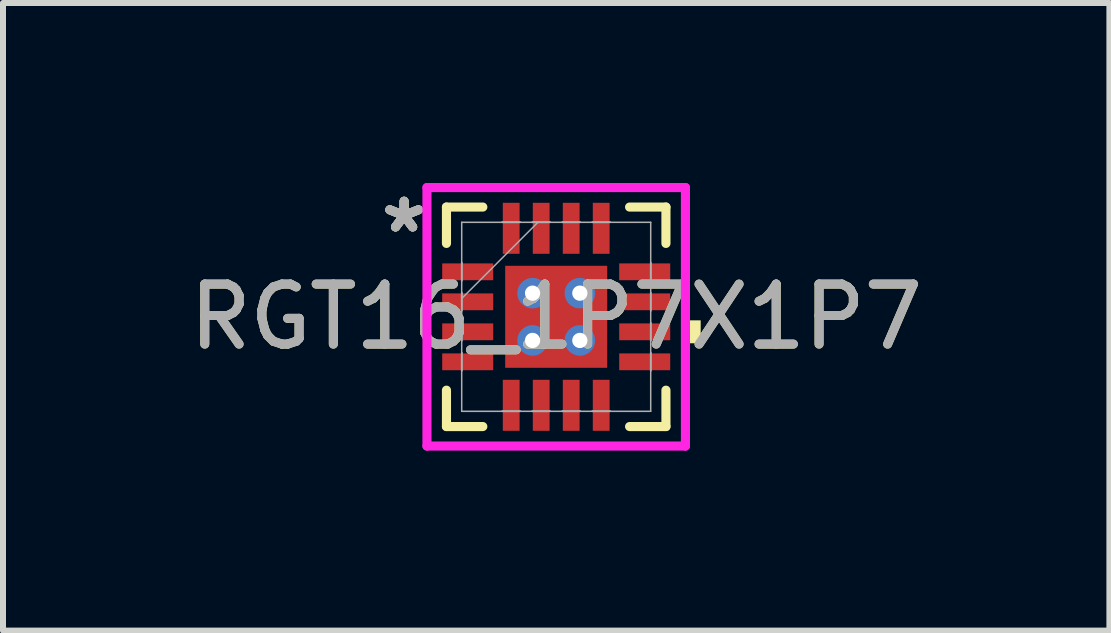
<source format=kicad_pcb>
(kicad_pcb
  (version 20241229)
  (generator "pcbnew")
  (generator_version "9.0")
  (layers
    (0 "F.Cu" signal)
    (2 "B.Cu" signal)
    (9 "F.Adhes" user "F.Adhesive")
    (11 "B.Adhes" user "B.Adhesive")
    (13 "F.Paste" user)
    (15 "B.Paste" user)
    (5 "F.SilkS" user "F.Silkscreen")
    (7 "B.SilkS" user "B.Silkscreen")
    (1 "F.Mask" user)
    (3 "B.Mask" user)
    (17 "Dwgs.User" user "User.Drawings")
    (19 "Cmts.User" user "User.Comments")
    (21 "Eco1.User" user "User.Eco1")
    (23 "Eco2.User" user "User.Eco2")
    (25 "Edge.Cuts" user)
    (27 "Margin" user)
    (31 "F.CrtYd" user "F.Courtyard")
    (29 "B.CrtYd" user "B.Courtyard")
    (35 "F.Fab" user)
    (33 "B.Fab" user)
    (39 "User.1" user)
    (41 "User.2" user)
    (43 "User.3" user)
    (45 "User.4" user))
  (footprint "RGT16_1P7X1P7"
    (layer "F.Cu")
    (at 6.22 2.23)
    (property "Reference" "RGT16_1P7X1P7" (at 0 0 0) (unlocked yes) (layer "F.SilkS") (effects (font (size 1 1) (thickness 0.15))))
    (attr smd)
    (fp_poly (pts (xy -1.97 -0.96) (xy -1.97 -0.54) (xy -0.98 -0.54) (xy -0.98 -0.96)) (stroke (width 0) (type solid)) (fill yes) (layer "F.Mask"))
    (fp_poly (pts (xy -1.97 -0.46) (xy -1.97 -0.04) (xy -0.98 -0.04) (xy -0.98 -0.46)) (stroke (width 0) (type solid)) (fill yes) (layer "F.Mask"))
    (fp_poly (pts (xy -1.97 0.04) (xy -1.97 0.46) (xy -0.98 0.46) (xy -0.98 0.04)) (stroke (width 0) (type solid)) (fill yes) (layer "F.Mask"))
    (fp_poly (pts (xy -1.97 0.54) (xy -1.97 0.96) (xy -0.98 0.96) (xy -0.98 0.54)) (stroke (width 0) (type solid)) (fill yes) (layer "F.Mask"))
    (fp_poly (pts (xy -0.96 -1.97) (xy -0.96 -0.98) (xy -0.541 -0.98) (xy -0.541 -1.97)) (stroke (width 0) (type solid)) (fill yes) (layer "F.Mask"))
    (fp_poly (pts (xy -0.96 0.98) (xy -0.96 1.97) (xy -0.541 1.97) (xy -0.541 0.98)) (stroke (width 0) (type solid)) (fill yes) (layer "F.Mask"))
    (fp_poly (pts (xy -0.913 -0.913) (xy -0.594 -0.913) (xy -0.594 0.913) (xy -0.913 0.913)) (stroke (width 0) (type solid)) (fill yes) (layer "F.Mask"))
    (fp_poly (pts (xy -0.913 -0.913) (xy 0.913 -0.913) (xy 0.913 -0.594) (xy -0.913 -0.594)) (stroke (width 0) (type solid)) (fill yes) (layer "F.Mask"))
    (fp_poly (pts (xy -0.913 -0.194) (xy 0.913 -0.194) (xy 0.913 0.194) (xy -0.913 0.194)) (stroke (width 0) (type solid)) (fill yes) (layer "F.Mask"))
    (fp_poly (pts (xy -0.913 0.594) (xy 0.913 0.594) (xy 0.913 0.913) (xy -0.913 0.913)) (stroke (width 0) (type solid)) (fill yes) (layer "F.Mask"))
    (fp_poly (pts (xy -0.46 -1.97) (xy -0.46 -0.98) (xy -0.04 -0.98) (xy -0.04 -1.97)) (stroke (width 0) (type solid)) (fill yes) (layer "F.Mask"))
    (fp_poly (pts (xy -0.46 0.98) (xy -0.46 1.97) (xy -0.04 1.97) (xy -0.04 0.98)) (stroke (width 0) (type solid)) (fill yes) (layer "F.Mask"))
    (fp_poly (pts (xy 0.04 -1.97) (xy 0.04 -0.98) (xy 0.46 -0.98) (xy 0.46 -1.97)) (stroke (width 0) (type solid)) (fill yes) (layer "F.Mask"))
    (fp_poly (pts (xy 0.04 0.98) (xy 0.04 1.97) (xy 0.46 1.97) (xy 0.46 0.98)) (stroke (width 0) (type solid)) (fill yes) (layer "F.Mask"))
    (fp_poly (pts (xy 0.194 -0.913) (xy -0.194 -0.913) (xy -0.194 0.913) (xy 0.194 0.913)) (stroke (width 0) (type solid)) (fill yes) (layer "F.Mask"))
    (fp_poly (pts (xy 0.541 -1.97) (xy 0.541 -0.98) (xy 0.96 -0.98) (xy 0.96 -1.97)) (stroke (width 0) (type solid)) (fill yes) (layer "F.Mask"))
    (fp_poly (pts (xy 0.541 0.98) (xy 0.541 1.97) (xy 0.96 1.97) (xy 0.96 0.98)) (stroke (width 0) (type solid)) (fill yes) (layer "F.Mask"))
    (fp_poly (pts (xy 0.594 -0.913) (xy 0.913 -0.913) (xy 0.913 0.913) (xy 0.594 0.913)) (stroke (width 0) (type solid)) (fill yes) (layer "F.Mask"))
    (fp_poly (pts (xy 0.98 -0.96) (xy 0.98 -0.54) (xy 1.97 -0.54) (xy 1.97 -0.96)) (stroke (width 0) (type solid)) (fill yes) (layer "F.Mask"))
    (fp_poly (pts (xy 0.98 -0.46) (xy 0.98 -0.04) (xy 1.97 -0.04) (xy 1.97 -0.46)) (stroke (width 0) (type solid)) (fill yes) (layer "F.Mask"))
    (fp_poly (pts (xy 0.98 0.04) (xy 0.98 0.46) (xy 1.97 0.46) (xy 1.97 0.04)) (stroke (width 0) (type solid)) (fill yes) (layer "F.Mask"))
    (fp_poly (pts (xy 0.98 0.54) (xy 0.98 0.96) (xy 1.97 0.96) (xy 1.97 0.54)) (stroke (width 0) (type solid)) (fill yes) (layer "F.Mask"))
    (fp_line (start -1.829 -1.829) (end -1.829 -1.223) (stroke (width 0.152) (type solid)) (layer "F.SilkS"))
    (fp_line (start -1.829 1.223) (end -1.829 1.829) (stroke (width 0.152) (type solid)) (layer "F.SilkS"))
    (fp_line (start -1.829 1.829) (end -1.223 1.829) (stroke (width 0.152) (type solid)) (layer "F.SilkS"))
    (fp_line (start -1.223 -1.829) (end -1.829 -1.829) (stroke (width 0.152) (type solid)) (layer "F.SilkS"))
    (fp_line (start 1.223 1.829) (end 1.829 1.829) (stroke (width 0.152) (type solid)) (layer "F.SilkS"))
    (fp_line (start 1.829 -1.829) (end 1.223 -1.829) (stroke (width 0.152) (type solid)) (layer "F.SilkS"))
    (fp_line (start 1.829 -1.223) (end 1.829 -1.829) (stroke (width 0.152) (type solid)) (layer "F.SilkS"))
    (fp_line (start 1.829 1.829) (end 1.829 1.223) (stroke (width 0.152) (type solid)) (layer "F.SilkS"))
    (fp_poly (pts (xy 2.408 0.059) (xy 2.408 0.441) (xy 2.154 0.441) (xy 2.154 0.059)) (stroke (width 0) (type solid)) (fill yes) (layer "F.SilkS"))
    (fp_poly (pts (xy -1.875 -0.865) (xy -1.875 -0.635) (xy -1.075 -0.635) (xy -1.075 -0.865)) (stroke (width 0) (type solid)) (fill yes) (layer "F.Paste"))
    (fp_poly (pts (xy -1.875 -0.365) (xy -1.875 -0.135) (xy -1.075 -0.135) (xy -1.075 -0.365)) (stroke (width 0) (type solid)) (fill yes) (layer "F.Paste"))
    (fp_poly (pts (xy -1.875 0.135) (xy -1.875 0.365) (xy -1.075 0.365) (xy -1.075 0.135)) (stroke (width 0) (type solid)) (fill yes) (layer "F.Paste"))
    (fp_poly (pts (xy -1.875 0.635) (xy -1.875 0.865) (xy -1.075 0.865) (xy -1.075 0.635)) (stroke (width 0) (type solid)) (fill yes) (layer "F.Paste"))
    (fp_poly (pts (xy -0.865 -1.875) (xy -0.865 -1.075) (xy -0.635 -1.075) (xy -0.635 -1.875)) (stroke (width 0) (type solid)) (fill yes) (layer "F.Paste"))
    (fp_poly (pts (xy -0.865 1.075) (xy -0.865 1.875) (xy -0.635 1.875) (xy -0.635 1.075)) (stroke (width 0) (type solid)) (fill yes) (layer "F.Paste"))
    (fp_poly (pts (xy -0.365 -1.875) (xy -0.365 -1.075) (xy -0.135 -1.075) (xy -0.135 -1.875)) (stroke (width 0) (type solid)) (fill yes) (layer "F.Paste"))
    (fp_poly (pts (xy -0.365 1.075) (xy -0.365 1.875) (xy -0.135 1.875) (xy -0.135 1.075)) (stroke (width 0) (type solid)) (fill yes) (layer "F.Paste"))
    (fp_poly (pts (xy 0.135 -1.875) (xy 0.135 -1.075) (xy 0.365 -1.075) (xy 0.365 -1.875)) (stroke (width 0) (type solid)) (fill yes) (layer "F.Paste"))
    (fp_poly (pts (xy 0.135 1.075) (xy 0.135 1.875) (xy 0.365 1.875) (xy 0.365 1.075)) (stroke (width 0) (type solid)) (fill yes) (layer "F.Paste"))
    (fp_poly (pts (xy 0.635 -1.875) (xy 0.635 -1.075) (xy 0.865 -1.075) (xy 0.865 -1.875)) (stroke (width 0) (type solid)) (fill yes) (layer "F.Paste"))
    (fp_poly (pts (xy 0.635 1.075) (xy 0.635 1.875) (xy 0.865 1.875) (xy 0.865 1.075)) (stroke (width 0) (type solid)) (fill yes) (layer "F.Paste"))
    (fp_poly (pts (xy 1.075 -0.865) (xy 1.075 -0.635) (xy 1.875 -0.635) (xy 1.875 -0.865)) (stroke (width 0) (type solid)) (fill yes) (layer "F.Paste"))
    (fp_poly (pts (xy 1.075 -0.365) (xy 1.075 -0.135) (xy 1.875 -0.135) (xy 1.875 -0.365)) (stroke (width 0) (type solid)) (fill yes) (layer "F.Paste"))
    (fp_poly (pts (xy 1.075 0.135) (xy 1.075 0.365) (xy 1.875 0.365) (xy 1.875 0.135)) (stroke (width 0) (type solid)) (fill yes) (layer "F.Paste"))
    (fp_poly (pts (xy 1.075 0.635) (xy 1.075 0.865) (xy 1.875 0.865) (xy 1.875 0.635)) (stroke (width 0) (type solid)) (fill yes) (layer "F.Paste"))
    (fp_poly (pts (xy -0.775 -0.775) (xy -0.775 -0.494) (xy -0.635 -0.494) (xy -0.494 -0.635) (xy -0.494 -0.775)) (stroke (width 0) (type solid)) (fill yes) (layer "F.Paste"))
    (fp_poly (pts (xy -0.775 0.494) (xy -0.775 0.775) (xy -0.494 0.775) (xy -0.494 0.635) (xy -0.635 0.494)) (stroke (width 0) (type solid)) (fill yes) (layer "F.Paste"))
    (fp_poly (pts (xy 0.494 -0.775) (xy 0.494 -0.635) (xy 0.635 -0.494) (xy 0.775 -0.494) (xy 0.775 -0.775)) (stroke (width 0) (type solid)) (fill yes) (layer "F.Paste"))
    (fp_poly (pts (xy 0.635 0.494) (xy 0.494 0.635) (xy 0.494 0.775) (xy 0.775 0.775) (xy 0.775 0.494)) (stroke (width 0) (type solid)) (fill yes) (layer "F.Paste"))
    (fp_poly (pts (xy -0.775 -0.294) (xy -0.775 0.294) (xy -0.635 0.294) (xy -0.494 0.152) (xy -0.494 -0.152) (xy -0.635 -0.294)) (stroke (width 0) (type solid)) (fill yes) (layer "F.Paste"))
    (fp_poly (pts (xy -0.294 -0.775) (xy -0.294 -0.635) (xy -0.152 -0.494) (xy 0.152 -0.494) (xy 0.294 -0.635) (xy 0.294 -0.775)) (stroke (width 0) (type solid)) (fill yes) (layer "F.Paste"))
    (fp_poly (pts (xy -0.152 0.494) (xy -0.294 0.635) (xy -0.294 0.775) (xy 0.294 0.775) (xy 0.294 0.635) (xy 0.152 0.494)) (stroke (width 0) (type solid)) (fill yes) (layer "F.Paste"))
    (fp_poly (pts (xy 0.635 -0.294) (xy 0.494 -0.152) (xy 0.494 0.152) (xy 0.635 0.294) (xy 0.775 0.294) (xy 0.775 -0.294)) (stroke (width 0) (type solid)) (fill yes) (layer "F.Paste"))
    (fp_poly (pts (xy -0.152 -0.294) (xy -0.294 -0.152) (xy -0.294 0.152) (xy -0.152 0.294) (xy 0.152 0.294) (xy 0.294 0.152) (xy 0.294 -0.152) (xy 0.152 -0.294)) (stroke (width 0) (type solid)) (fill yes) (layer "F.Paste"))
    (fp_line (start -2.154 -2.154) (end 2.154 -2.154) (stroke (width 0.152) (type solid)) (layer "F.CrtYd"))
    (fp_line (start -2.154 2.154) (end -2.154 -2.154) (stroke (width 0.152) (type solid)) (layer "F.CrtYd"))
    (fp_line (start 2.154 -2.154) (end 2.154 2.154) (stroke (width 0.152) (type solid)) (layer "F.CrtYd"))
    (fp_line (start 2.154 2.154) (end -2.154 2.154) (stroke (width 0.152) (type solid)) (layer "F.CrtYd"))
    (fp_line (start -1.575 -1.575) (end -1.575 1.575) (stroke (width 0.025) (type solid)) (layer "F.Fab"))
    (fp_line (start -1.575 -0.9) (end -1.575 -0.9) (stroke (width 0.025) (type solid)) (layer "F.Fab"))
    (fp_line (start -1.575 -0.9) (end -1.575 -0.6) (stroke (width 0.025) (type solid)) (layer "F.Fab"))
    (fp_line (start -1.575 -0.6) (end -1.575 -0.9) (stroke (width 0.025) (type solid)) (layer "F.Fab"))
    (fp_line (start -1.575 -0.6) (end -1.575 -0.6) (stroke (width 0.025) (type solid)) (layer "F.Fab"))
    (fp_line (start -1.575 -0.4) (end -1.575 -0.4) (stroke (width 0.025) (type solid)) (layer "F.Fab"))
    (fp_line (start -1.575 -0.4) (end -1.575 -0.1) (stroke (width 0.025) (type solid)) (layer "F.Fab"))
    (fp_line (start -1.575 -0.305) (end -0.305 -1.575) (stroke (width 0.025) (type solid)) (layer "F.Fab"))
    (fp_line (start -1.575 -0.1) (end -1.575 -0.4) (stroke (width 0.025) (type solid)) (layer "F.Fab"))
    (fp_line (start -1.575 -0.1) (end -1.575 -0.1) (stroke (width 0.025) (type solid)) (layer "F.Fab"))
    (fp_line (start -1.575 0.1) (end -1.575 0.1) (stroke (width 0.025) (type solid)) (layer "F.Fab"))
    (fp_line (start -1.575 0.1) (end -1.575 0.4) (stroke (width 0.025) (type solid)) (layer "F.Fab"))
    (fp_line (start -1.575 0.4) (end -1.575 0.1) (stroke (width 0.025) (type solid)) (layer "F.Fab"))
    (fp_line (start -1.575 0.4) (end -1.575 0.4) (stroke (width 0.025) (type solid)) (layer "F.Fab"))
    (fp_line (start -1.575 0.6) (end -1.575 0.6) (stroke (width 0.025) (type solid)) (layer "F.Fab"))
    (fp_line (start -1.575 0.6) (end -1.575 0.9) (stroke (width 0.025) (type solid)) (layer "F.Fab"))
    (fp_line (start -1.575 0.9) (end -1.575 0.6) (stroke (width 0.025) (type solid)) (layer "F.Fab"))
    (fp_line (start -1.575 0.9) (end -1.575 0.9) (stroke (width 0.025) (type solid)) (layer "F.Fab"))
    (fp_line (start -1.575 1.575) (end 1.575 1.575) (stroke (width 0.025) (type solid)) (layer "F.Fab"))
    (fp_line (start -0.9 -1.575) (end -0.9 -1.575) (stroke (width 0.025) (type solid)) (layer "F.Fab"))
    (fp_line (start -0.9 -1.575) (end -0.6 -1.575) (stroke (width 0.025) (type solid)) (layer "F.Fab"))
    (fp_line (start -0.9 1.575) (end -0.9 1.575) (stroke (width 0.025) (type solid)) (layer "F.Fab"))
    (fp_line (start -0.9 1.575) (end -0.6 1.575) (stroke (width 0.025) (type solid)) (layer "F.Fab"))
    (fp_line (start -0.6 -1.575) (end -0.9 -1.575) (stroke (width 0.025) (type solid)) (layer "F.Fab"))
    (fp_line (start -0.6 -1.575) (end -0.6 -1.575) (stroke (width 0.025) (type solid)) (layer "F.Fab"))
    (fp_line (start -0.6 1.575) (end -0.9 1.575) (stroke (width 0.025) (type solid)) (layer "F.Fab"))
    (fp_line (start -0.6 1.575) (end -0.6 1.575) (stroke (width 0.025) (type solid)) (layer "F.Fab"))
    (fp_line (start -0.4 -1.575) (end -0.4 -1.575) (stroke (width 0.025) (type solid)) (layer "F.Fab"))
    (fp_line (start -0.4 -1.575) (end -0.1 -1.575) (stroke (width 0.025) (type solid)) (layer "F.Fab"))
    (fp_line (start -0.4 1.575) (end -0.4 1.575) (stroke (width 0.025) (type solid)) (layer "F.Fab"))
    (fp_line (start -0.4 1.575) (end -0.1 1.575) (stroke (width 0.025) (type solid)) (layer "F.Fab"))
    (fp_line (start -0.1 -1.575) (end -0.4 -1.575) (stroke (width 0.025) (type solid)) (layer "F.Fab"))
    (fp_line (start -0.1 -1.575) (end -0.1 -1.575) (stroke (width 0.025) (type solid)) (layer "F.Fab"))
    (fp_line (start -0.1 1.575) (end -0.4 1.575) (stroke (width 0.025) (type solid)) (layer "F.Fab"))
    (fp_line (start -0.1 1.575) (end -0.1 1.575) (stroke (width 0.025) (type solid)) (layer "F.Fab"))
    (fp_line (start 0.1 -1.575) (end 0.1 -1.575) (stroke (width 0.025) (type solid)) (layer "F.Fab"))
    (fp_line (start 0.1 -1.575) (end 0.4 -1.575) (stroke (width 0.025) (type solid)) (layer "F.Fab"))
    (fp_line (start 0.1 1.575) (end 0.1 1.575) (stroke (width 0.025) (type solid)) (layer "F.Fab"))
    (fp_line (start 0.1 1.575) (end 0.4 1.575) (stroke (width 0.025) (type solid)) (layer "F.Fab"))
    (fp_line (start 0.4 -1.575) (end 0.1 -1.575) (stroke (width 0.025) (type solid)) (layer "F.Fab"))
    (fp_line (start 0.4 -1.575) (end 0.4 -1.575) (stroke (width 0.025) (type solid)) (layer "F.Fab"))
    (fp_line (start 0.4 1.575) (end 0.1 1.575) (stroke (width 0.025) (type solid)) (layer "F.Fab"))
    (fp_line (start 0.4 1.575) (end 0.4 1.575) (stroke (width 0.025) (type solid)) (layer "F.Fab"))
    (fp_line (start 0.6 -1.575) (end 0.6 -1.575) (stroke (width 0.025) (type solid)) (layer "F.Fab"))
    (fp_line (start 0.6 -1.575) (end 0.9 -1.575) (stroke (width 0.025) (type solid)) (layer "F.Fab"))
    (fp_line (start 0.6 1.575) (end 0.6 1.575) (stroke (width 0.025) (type solid)) (layer "F.Fab"))
    (fp_line (start 0.6 1.575) (end 0.9 1.575) (stroke (width 0.025) (type solid)) (layer "F.Fab"))
    (fp_line (start 0.9 -1.575) (end 0.6 -1.575) (stroke (width 0.025) (type solid)) (layer "F.Fab"))
    (fp_line (start 0.9 -1.575) (end 0.9 -1.575) (stroke (width 0.025) (type solid)) (layer "F.Fab"))
    (fp_line (start 0.9 1.575) (end 0.6 1.575) (stroke (width 0.025) (type solid)) (layer "F.Fab"))
    (fp_line (start 0.9 1.575) (end 0.9 1.575) (stroke (width 0.025) (type solid)) (layer "F.Fab"))
    (fp_line (start 1.575 -1.575) (end -1.575 -1.575) (stroke (width 0.025) (type solid)) (layer "F.Fab"))
    (fp_line (start 1.575 -0.9) (end 1.575 -0.9) (stroke (width 0.025) (type solid)) (layer "F.Fab"))
    (fp_line (start 1.575 -0.9) (end 1.575 -0.6) (stroke (width 0.025) (type solid)) (layer "F.Fab"))
    (fp_line (start 1.575 -0.6) (end 1.575 -0.9) (stroke (width 0.025) (type solid)) (layer "F.Fab"))
    (fp_line (start 1.575 -0.6) (end 1.575 -0.6) (stroke (width 0.025) (type solid)) (layer "F.Fab"))
    (fp_line (start 1.575 -0.4) (end 1.575 -0.4) (stroke (width 0.025) (type solid)) (layer "F.Fab"))
    (fp_line (start 1.575 -0.4) (end 1.575 -0.1) (stroke (width 0.025) (type solid)) (layer "F.Fab"))
    (fp_line (start 1.575 -0.1) (end 1.575 -0.4) (stroke (width 0.025) (type solid)) (layer "F.Fab"))
    (fp_line (start 1.575 -0.1) (end 1.575 -0.1) (stroke (width 0.025) (type solid)) (layer "F.Fab"))
    (fp_line (start 1.575 0.1) (end 1.575 0.1) (stroke (width 0.025) (type solid)) (layer "F.Fab"))
    (fp_line (start 1.575 0.1) (end 1.575 0.4) (stroke (width 0.025) (type solid)) (layer "F.Fab"))
    (fp_line (start 1.575 0.4) (end 1.575 0.1) (stroke (width 0.025) (type solid)) (layer "F.Fab"))
    (fp_line (start 1.575 0.4) (end 1.575 0.4) (stroke (width 0.025) (type solid)) (layer "F.Fab"))
    (fp_line (start 1.575 0.6) (end 1.575 0.6) (stroke (width 0.025) (type solid)) (layer "F.Fab"))
    (fp_line (start 1.575 0.6) (end 1.575 0.9) (stroke (width 0.025) (type solid)) (layer "F.Fab"))
    (fp_line (start 1.575 0.9) (end 1.575 0.6) (stroke (width 0.025) (type solid)) (layer "F.Fab"))
    (fp_line (start 1.575 0.9) (end 1.575 0.9) (stroke (width 0.025) (type solid)) (layer "F.Fab"))
    (fp_line (start 1.575 1.575) (end 1.575 -1.575) (stroke (width 0.025) (type solid)) (layer "F.Fab"))
    (fp_text user "*" (at -2.535 -1.381 0) (layer "F.SilkS") (effects (font (size 1 1) (thickness 0.15))))
    (fp_text user "*" (at -2.535 -1.381 0) (unlocked yes) (layer "F.SilkS") (effects (font (size 1 1) (thickness 0.15))))
    (fp_text user "*" (at -2.535 -1.381 0) (layer "F.Fab") (effects (font (size 1 1) (thickness 0.15))))
    (fp_text user "*" (at -2.535 -1.381 0) (unlocked yes) (layer "F.Fab") (effects (font (size 1 1) (thickness 0.15))))
    (fp_text user "${REFERENCE}" (at 0 0 0) (unlocked yes) (layer "F.Fab") (effects (font (size 1 1) (thickness 0.15))))
    (pad "1" smd rect (at -1.475 -0.75 90) (size 0.28 0.85) (layers "F.Cu" "F.Mask"))
    (pad "2" smd rect (at -1.475 -0.25 90) (size 0.28 0.85) (layers "F.Cu" "F.Mask"))
    (pad "3" smd rect (at -1.475 0.25 90) (size 0.28 0.85) (layers "F.Cu" "F.Mask"))
    (pad "4" smd rect (at -1.475 0.75 90) (size 0.28 0.85) (layers "F.Cu" "F.Mask"))
    (pad "5" smd rect (at -0.75 1.475) (size 0.28 0.85) (layers "F.Cu" "F.Mask"))
    (pad "6" smd rect (at -0.25 1.475) (size 0.28 0.85) (layers "F.Cu" "F.Mask"))
    (pad "7" smd rect (at 0.25 1.475) (size 0.28 0.85) (layers "F.Cu" "F.Mask"))
    (pad "8" smd rect (at 0.75 1.475) (size 0.28 0.85) (layers "F.Cu" "F.Mask"))
    (pad "9" smd rect (at 1.475 0.75 90) (size 0.28 0.85) (layers "F.Cu" "F.Mask"))
    (pad "10" smd rect (at 1.475 0.25 90) (size 0.28 0.85) (layers "F.Cu" "F.Mask"))
    (pad "11" smd rect (at 1.475 -0.25 90) (size 0.28 0.85) (layers "F.Cu" "F.Mask"))
    (pad "12" smd rect (at 1.475 -0.75 90) (size 0.28 0.85) (layers "F.Cu" "F.Mask"))
    (pad "13" smd rect (at 0.75 -1.475) (size 0.28 0.85) (layers "F.Cu" "F.Mask"))
    (pad "14" smd rect (at 0.25 -1.475) (size 0.28 0.85) (layers "F.Cu" "F.Mask"))
    (pad "15" smd rect (at -0.25 -1.475) (size 0.28 0.85) (layers "F.Cu" "F.Mask"))
    (pad "16" smd rect (at -0.75 -1.475) (size 0.28 0.85) (layers "F.Cu" "F.Mask"))
    (pad "17" smd rect (at 0 0) (size 1.7 1.7) (layers "F.Cu"))
    (pad "V" thru_hole circle (at -0.394 -0.394) (size 0.508 0.508) (drill 0.254) (layers "*.Cu" "*.Mask"))
    (pad "V" thru_hole circle (at -0.394 0.394) (size 0.508 0.508) (drill 0.254) (layers "*.Cu" "*.Mask"))
    (pad "V" thru_hole circle (at 0.394 -0.394) (size 0.508 0.508) (drill 0.254) (layers "*.Cu" "*.Mask"))
    (pad "V" thru_hole circle (at 0.394 0.394) (size 0.508 0.508) (drill 0.254) (layers "*.Cu" "*.Mask")))
  (gr_rect
    (start -3 -3)
    (end 15.44 7.46)
    (stroke (width 0.1) (type default))
    (fill no)
    (layer "Edge.Cuts")))
</source>
